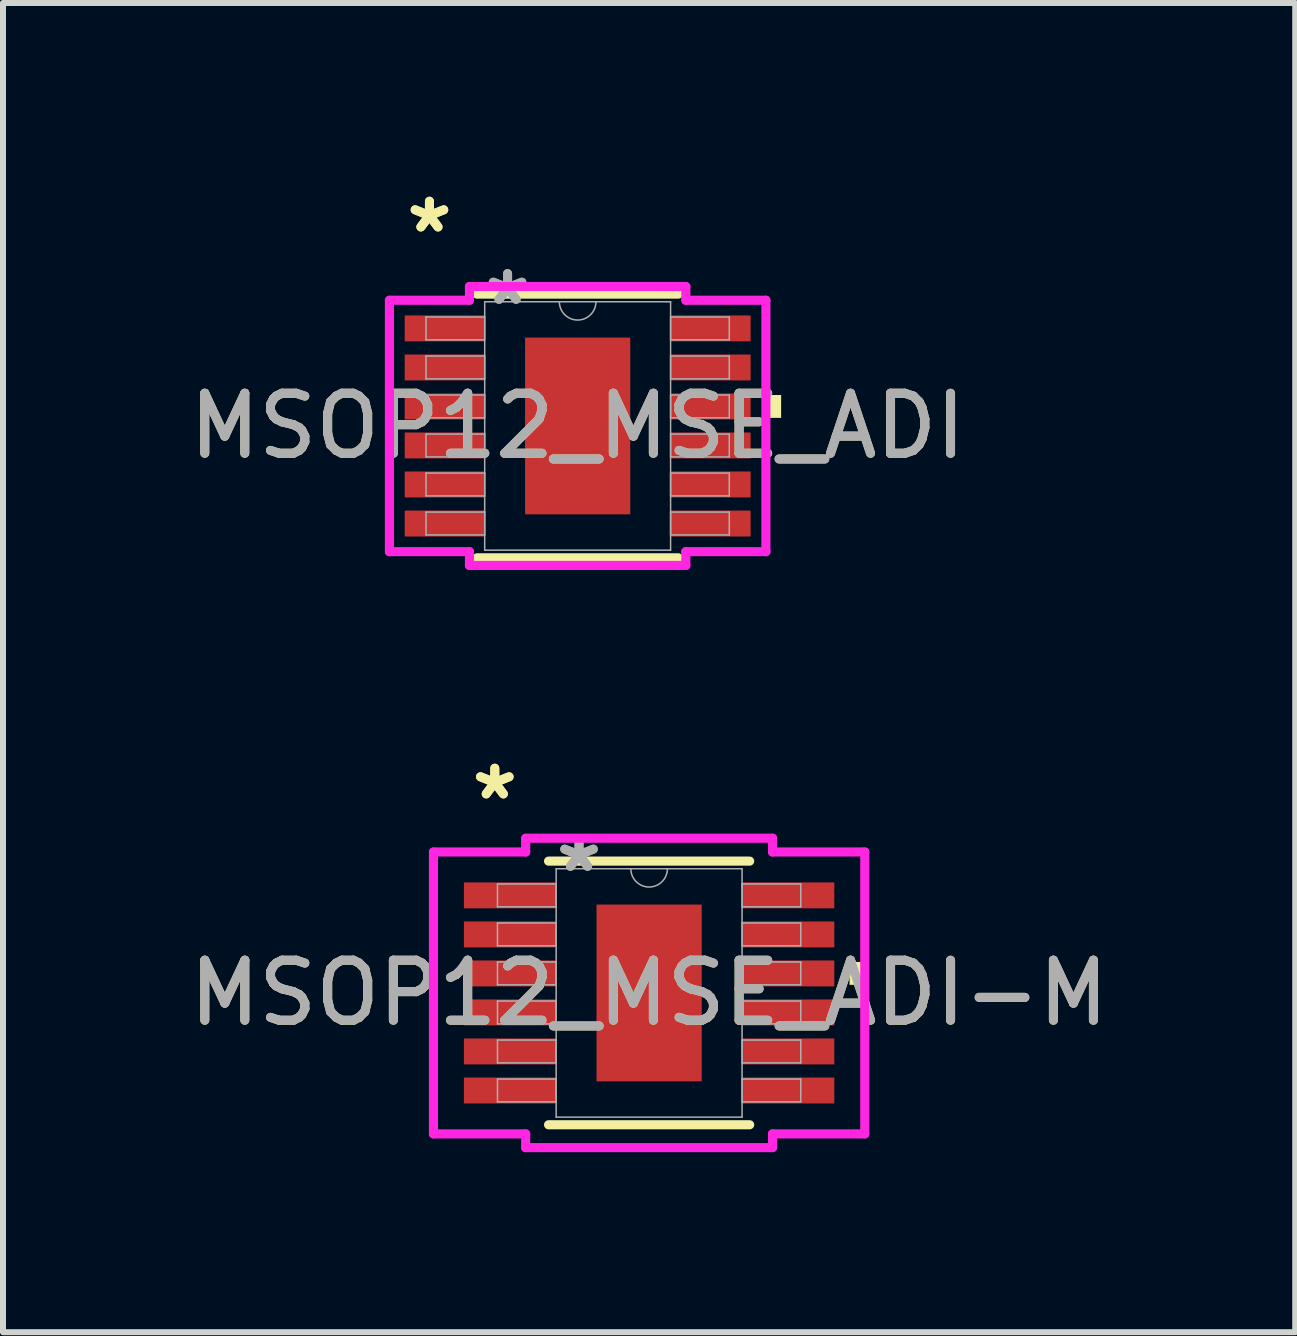
<source format=kicad_pcb>
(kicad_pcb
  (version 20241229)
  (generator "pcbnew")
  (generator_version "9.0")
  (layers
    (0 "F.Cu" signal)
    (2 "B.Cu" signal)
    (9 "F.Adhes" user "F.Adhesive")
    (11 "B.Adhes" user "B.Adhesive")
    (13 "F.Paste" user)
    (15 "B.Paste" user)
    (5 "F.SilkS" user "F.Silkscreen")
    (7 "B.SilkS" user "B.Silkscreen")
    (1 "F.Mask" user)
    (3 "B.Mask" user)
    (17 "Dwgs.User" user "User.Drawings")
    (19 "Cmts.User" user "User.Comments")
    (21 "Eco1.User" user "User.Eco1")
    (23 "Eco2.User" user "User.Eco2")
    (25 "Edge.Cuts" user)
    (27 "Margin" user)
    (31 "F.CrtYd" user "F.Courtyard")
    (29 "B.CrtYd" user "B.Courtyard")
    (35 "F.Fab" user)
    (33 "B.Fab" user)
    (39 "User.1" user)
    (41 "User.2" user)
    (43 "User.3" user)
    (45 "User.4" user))
  (footprint "MSOP12_MSE_ADI"
    (layer "F.Cu")
    (at 6.577 4.049)
    (property "Reference" "MSOP12_MSE_ADI" (at 0 0 0) (unlocked yes) (layer "F.SilkS") (effects (font (size 1 1) (thickness 0.15))))
    (attr smd)
    (fp_line (start -1.676 2.197) (end 1.676 2.197) (stroke (width 0.152) (type solid)) (layer "F.SilkS"))
    (fp_line (start 1.676 -2.197) (end -1.676 -2.197) (stroke (width 0.152) (type solid)) (layer "F.SilkS"))
    (fp_poly (pts (xy 3.391 -0.516) (xy 3.391 -0.135) (xy 3.137 -0.135) (xy 3.137 -0.516)) (stroke (width 0) (type solid)) (fill yes) (layer "F.SilkS"))
    (fp_poly (pts (xy -0.776 -1.373) (xy -0.776 -0.1) (xy 0.776 -0.1) (xy 0.776 -1.373)) (stroke (width 0) (type solid)) (fill yes) (layer "F.Paste"))
    (fp_poly (pts (xy -0.776 0.1) (xy -0.776 1.373) (xy 0.776 1.373) (xy 0.776 0.1)) (stroke (width 0) (type solid)) (fill yes) (layer "F.Paste"))
    (fp_line (start -3.137 -2.095) (end -1.803 -2.095) (stroke (width 0.152) (type solid)) (layer "F.CrtYd"))
    (fp_line (start -3.137 2.095) (end -3.137 -2.095) (stroke (width 0.152) (type solid)) (layer "F.CrtYd"))
    (fp_line (start -3.137 2.095) (end -1.803 2.095) (stroke (width 0.152) (type solid)) (layer "F.CrtYd"))
    (fp_line (start -1.803 -2.324) (end 1.803 -2.324) (stroke (width 0.152) (type solid)) (layer "F.CrtYd"))
    (fp_line (start -1.803 -2.095) (end -1.803 -2.324) (stroke (width 0.152) (type solid)) (layer "F.CrtYd"))
    (fp_line (start -1.803 2.324) (end -1.803 2.095) (stroke (width 0.152) (type solid)) (layer "F.CrtYd"))
    (fp_line (start 1.803 -2.324) (end 1.803 -2.095) (stroke (width 0.152) (type solid)) (layer "F.CrtYd"))
    (fp_line (start 1.803 2.095) (end 1.803 2.324) (stroke (width 0.152) (type solid)) (layer "F.CrtYd"))
    (fp_line (start 1.803 2.324) (end -1.803 2.324) (stroke (width 0.152) (type solid)) (layer "F.CrtYd"))
    (fp_line (start 3.137 -2.095) (end 1.803 -2.095) (stroke (width 0.152) (type solid)) (layer "F.CrtYd"))
    (fp_line (start 3.137 -2.095) (end 3.137 2.095) (stroke (width 0.152) (type solid)) (layer "F.CrtYd"))
    (fp_line (start 3.137 2.095) (end 1.803 2.095) (stroke (width 0.152) (type solid)) (layer "F.CrtYd"))
    (fp_line (start -2.527 -1.816) (end -2.527 -1.435) (stroke (width 0.025) (type solid)) (layer "F.Fab"))
    (fp_line (start -2.527 -1.435) (end -1.549 -1.435) (stroke (width 0.025) (type solid)) (layer "F.Fab"))
    (fp_line (start -2.527 -1.166) (end -2.527 -0.785) (stroke (width 0.025) (type solid)) (layer "F.Fab"))
    (fp_line (start -2.527 -0.785) (end -1.549 -0.785) (stroke (width 0.025) (type solid)) (layer "F.Fab"))
    (fp_line (start -2.527 -0.516) (end -2.527 -0.135) (stroke (width 0.025) (type solid)) (layer "F.Fab"))
    (fp_line (start -2.527 -0.135) (end -1.549 -0.135) (stroke (width 0.025) (type solid)) (layer "F.Fab"))
    (fp_line (start -2.527 0.135) (end -2.527 0.516) (stroke (width 0.025) (type solid)) (layer "F.Fab"))
    (fp_line (start -2.527 0.516) (end -1.549 0.516) (stroke (width 0.025) (type solid)) (layer "F.Fab"))
    (fp_line (start -2.527 0.785) (end -2.527 1.166) (stroke (width 0.025) (type solid)) (layer "F.Fab"))
    (fp_line (start -2.527 1.166) (end -1.549 1.166) (stroke (width 0.025) (type solid)) (layer "F.Fab"))
    (fp_line (start -2.527 1.435) (end -2.527 1.816) (stroke (width 0.025) (type solid)) (layer "F.Fab"))
    (fp_line (start -2.527 1.816) (end -1.549 1.816) (stroke (width 0.025) (type solid)) (layer "F.Fab"))
    (fp_line (start -1.549 -2.07) (end -1.549 2.07) (stroke (width 0.025) (type solid)) (layer "F.Fab"))
    (fp_line (start -1.549 -1.816) (end -2.527 -1.816) (stroke (width 0.025) (type solid)) (layer "F.Fab"))
    (fp_line (start -1.549 -1.435) (end -1.549 -1.816) (stroke (width 0.025) (type solid)) (layer "F.Fab"))
    (fp_line (start -1.549 -1.166) (end -2.527 -1.166) (stroke (width 0.025) (type solid)) (layer "F.Fab"))
    (fp_line (start -1.549 -0.785) (end -1.549 -1.166) (stroke (width 0.025) (type solid)) (layer "F.Fab"))
    (fp_line (start -1.549 -0.516) (end -2.527 -0.516) (stroke (width 0.025) (type solid)) (layer "F.Fab"))
    (fp_line (start -1.549 -0.135) (end -1.549 -0.516) (stroke (width 0.025) (type solid)) (layer "F.Fab"))
    (fp_line (start -1.549 0.135) (end -2.527 0.135) (stroke (width 0.025) (type solid)) (layer "F.Fab"))
    (fp_line (start -1.549 0.516) (end -1.549 0.135) (stroke (width 0.025) (type solid)) (layer "F.Fab"))
    (fp_line (start -1.549 0.785) (end -2.527 0.785) (stroke (width 0.025) (type solid)) (layer "F.Fab"))
    (fp_line (start -1.549 1.166) (end -1.549 0.785) (stroke (width 0.025) (type solid)) (layer "F.Fab"))
    (fp_line (start -1.549 1.435) (end -2.527 1.435) (stroke (width 0.025) (type solid)) (layer "F.Fab"))
    (fp_line (start -1.549 1.816) (end -1.549 1.435) (stroke (width 0.025) (type solid)) (layer "F.Fab"))
    (fp_line (start -1.549 2.07) (end 1.549 2.07) (stroke (width 0.025) (type solid)) (layer "F.Fab"))
    (fp_line (start 1.549 -2.07) (end -1.549 -2.07) (stroke (width 0.025) (type solid)) (layer "F.Fab"))
    (fp_line (start 1.549 -1.816) (end 1.549 -1.435) (stroke (width 0.025) (type solid)) (layer "F.Fab"))
    (fp_line (start 1.549 -1.435) (end 2.527 -1.435) (stroke (width 0.025) (type solid)) (layer "F.Fab"))
    (fp_line (start 1.549 -1.166) (end 1.549 -0.785) (stroke (width 0.025) (type solid)) (layer "F.Fab"))
    (fp_line (start 1.549 -0.785) (end 2.527 -0.785) (stroke (width 0.025) (type solid)) (layer "F.Fab"))
    (fp_line (start 1.549 -0.516) (end 1.549 -0.135) (stroke (width 0.025) (type solid)) (layer "F.Fab"))
    (fp_line (start 1.549 -0.135) (end 2.527 -0.135) (stroke (width 0.025) (type solid)) (layer "F.Fab"))
    (fp_line (start 1.549 0.135) (end 1.549 0.516) (stroke (width 0.025) (type solid)) (layer "F.Fab"))
    (fp_line (start 1.549 0.516) (end 2.527 0.516) (stroke (width 0.025) (type solid)) (layer "F.Fab"))
    (fp_line (start 1.549 0.785) (end 1.549 1.166) (stroke (width 0.025) (type solid)) (layer "F.Fab"))
    (fp_line (start 1.549 1.166) (end 2.527 1.166) (stroke (width 0.025) (type solid)) (layer "F.Fab"))
    (fp_line (start 1.549 1.435) (end 1.549 1.816) (stroke (width 0.025) (type solid)) (layer "F.Fab"))
    (fp_line (start 1.549 1.816) (end 2.527 1.816) (stroke (width 0.025) (type solid)) (layer "F.Fab"))
    (fp_line (start 1.549 2.07) (end 1.549 -2.07) (stroke (width 0.025) (type solid)) (layer "F.Fab"))
    (fp_line (start 2.527 -1.816) (end 1.549 -1.816) (stroke (width 0.025) (type solid)) (layer "F.Fab"))
    (fp_line (start 2.527 -1.435) (end 2.527 -1.816) (stroke (width 0.025) (type solid)) (layer "F.Fab"))
    (fp_line (start 2.527 -1.166) (end 1.549 -1.166) (stroke (width 0.025) (type solid)) (layer "F.Fab"))
    (fp_line (start 2.527 -0.785) (end 2.527 -1.166) (stroke (width 0.025) (type solid)) (layer "F.Fab"))
    (fp_line (start 2.527 -0.516) (end 1.549 -0.516) (stroke (width 0.025) (type solid)) (layer "F.Fab"))
    (fp_line (start 2.527 -0.135) (end 2.527 -0.516) (stroke (width 0.025) (type solid)) (layer "F.Fab"))
    (fp_line (start 2.527 0.135) (end 1.549 0.135) (stroke (width 0.025) (type solid)) (layer "F.Fab"))
    (fp_line (start 2.527 0.516) (end 2.527 0.135) (stroke (width 0.025) (type solid)) (layer "F.Fab"))
    (fp_line (start 2.527 0.785) (end 1.549 0.785) (stroke (width 0.025) (type solid)) (layer "F.Fab"))
    (fp_line (start 2.527 1.166) (end 2.527 0.785) (stroke (width 0.025) (type solid)) (layer "F.Fab"))
    (fp_line (start 2.527 1.435) (end 1.549 1.435) (stroke (width 0.025) (type solid)) (layer "F.Fab"))
    (fp_line (start 2.527 1.816) (end 2.527 1.435) (stroke (width 0.025) (type solid)) (layer "F.Fab"))
    (fp_arc (start 0.3048 -2.0701) (mid 0 -1.7653) (end -0.3048 -2.0701) (stroke (width 0.0254) (type solid)) (layer "F.Fab"))
    (fp_text user "*" (at -2.47 -3.2 0) (unlocked yes) (layer "F.SilkS") (effects (font (size 1 1) (thickness 0.15))))
    (fp_text user "*" (at -2.47 -3.2 0) (layer "F.SilkS") (effects (font (size 1 1) (thickness 0.15))))
    (fp_text user "*" (at -1.168 -1.994 0) (layer "F.Fab") (effects (font (size 1 1) (thickness 0.15))))
    (fp_text user "*" (at -1.168 -1.994 0) (unlocked yes) (layer "F.Fab") (effects (font (size 1 1) (thickness 0.15))))
    (fp_text user "${REFERENCE}" (at 0 0 0) (unlocked yes) (layer "F.Fab") (effects (font (size 1 1) (thickness 0.15))))
    (pad "1" smd rect (at -2.216 -1.626) (size 1.333 0.432) (layers "F.Cu" "F.Mask" "F.Paste"))
    (pad "2" smd rect (at -2.216 -0.975) (size 1.333 0.432) (layers "F.Cu" "F.Mask" "F.Paste"))
    (pad "3" smd rect (at -2.216 -0.325) (size 1.333 0.432) (layers "F.Cu" "F.Mask" "F.Paste"))
    (pad "4" smd rect (at -2.216 0.325) (size 1.333 0.432) (layers "F.Cu" "F.Mask" "F.Paste"))
    (pad "5" smd rect (at -2.216 0.975) (size 1.333 0.432) (layers "F.Cu" "F.Mask" "F.Paste"))
    (pad "6" smd rect (at -2.216 1.626) (size 1.333 0.432) (layers "F.Cu" "F.Mask" "F.Paste"))
    (pad "7" smd rect (at 2.216 1.626) (size 1.333 0.432) (layers "F.Cu" "F.Mask" "F.Paste"))
    (pad "8" smd rect (at 2.216 0.975) (size 1.333 0.432) (layers "F.Cu" "F.Mask" "F.Paste"))
    (pad "9" smd rect (at 2.216 0.325) (size 1.333 0.432) (layers "F.Cu" "F.Mask" "F.Paste"))
    (pad "10" smd rect (at 2.216 -0.325) (size 1.333 0.432) (layers "F.Cu" "F.Mask" "F.Paste"))
    (pad "11" smd rect (at 2.216 -0.975) (size 1.333 0.432) (layers "F.Cu" "F.Mask" "F.Paste"))
    (pad "12" smd rect (at 2.216 -1.626) (size 1.333 0.432) (layers "F.Cu" "F.Mask" "F.Paste"))
    (pad "EPAD" smd rect (at 0 0) (size 1.753 2.946) (layers "F.Cu" "F.Mask")))
  (footprint "MSOP12_MSE_ADI-M"
    (layer "F.Cu")
    (at 7.768 13.498)
    (property "Reference" "MSOP12_MSE_ADI-M" (at 0 0 0) (unlocked yes) (layer "F.SilkS") (effects (font (size 1 1) (thickness 0.15))))
    (attr smd)
    (fp_line (start -1.676 2.197) (end 1.676 2.197) (stroke (width 0.152) (type solid)) (layer "F.SilkS"))
    (fp_line (start 1.676 -2.197) (end -1.676 -2.197) (stroke (width 0.152) (type solid)) (layer "F.SilkS"))
    (fp_poly (pts (xy 3.594 -0.516) (xy 3.594 -0.135) (xy 3.34 -0.135) (xy 3.34 -0.516)) (stroke (width 0) (type solid)) (fill yes) (layer "F.SilkS"))
    (fp_poly (pts (xy -0.776 -1.373) (xy -0.776 -0.1) (xy 0.776 -0.1) (xy 0.776 -1.373)) (stroke (width 0) (type solid)) (fill yes) (layer "F.Paste"))
    (fp_poly (pts (xy -0.776 0.1) (xy -0.776 1.373) (xy 0.776 1.373) (xy 0.776 0.1)) (stroke (width 0) (type solid)) (fill yes) (layer "F.Paste"))
    (fp_line (start -3.594 -2.349) (end -2.057 -2.349) (stroke (width 0.152) (type solid)) (layer "F.CrtYd"))
    (fp_line (start -3.594 2.349) (end -3.594 -2.349) (stroke (width 0.152) (type solid)) (layer "F.CrtYd"))
    (fp_line (start -3.594 2.349) (end -2.057 2.349) (stroke (width 0.152) (type solid)) (layer "F.CrtYd"))
    (fp_line (start -2.057 -2.578) (end 2.057 -2.578) (stroke (width 0.152) (type solid)) (layer "F.CrtYd"))
    (fp_line (start -2.057 -2.349) (end -2.057 -2.578) (stroke (width 0.152) (type solid)) (layer "F.CrtYd"))
    (fp_line (start -2.057 2.578) (end -2.057 2.349) (stroke (width 0.152) (type solid)) (layer "F.CrtYd"))
    (fp_line (start 2.057 -2.578) (end 2.057 -2.349) (stroke (width 0.152) (type solid)) (layer "F.CrtYd"))
    (fp_line (start 2.057 2.349) (end 2.057 2.578) (stroke (width 0.152) (type solid)) (layer "F.CrtYd"))
    (fp_line (start 2.057 2.578) (end -2.057 2.578) (stroke (width 0.152) (type solid)) (layer "F.CrtYd"))
    (fp_line (start 3.594 -2.349) (end 2.057 -2.349) (stroke (width 0.152) (type solid)) (layer "F.CrtYd"))
    (fp_line (start 3.594 -2.349) (end 3.594 2.349) (stroke (width 0.152) (type solid)) (layer "F.CrtYd"))
    (fp_line (start 3.594 2.349) (end 2.057 2.349) (stroke (width 0.152) (type solid)) (layer "F.CrtYd"))
    (fp_line (start -2.527 -1.816) (end -2.527 -1.435) (stroke (width 0.025) (type solid)) (layer "F.Fab"))
    (fp_line (start -2.527 -1.435) (end -1.549 -1.435) (stroke (width 0.025) (type solid)) (layer "F.Fab"))
    (fp_line (start -2.527 -1.166) (end -2.527 -0.785) (stroke (width 0.025) (type solid)) (layer "F.Fab"))
    (fp_line (start -2.527 -0.785) (end -1.549 -0.785) (stroke (width 0.025) (type solid)) (layer "F.Fab"))
    (fp_line (start -2.527 -0.516) (end -2.527 -0.135) (stroke (width 0.025) (type solid)) (layer "F.Fab"))
    (fp_line (start -2.527 -0.135) (end -1.549 -0.135) (stroke (width 0.025) (type solid)) (layer "F.Fab"))
    (fp_line (start -2.527 0.135) (end -2.527 0.516) (stroke (width 0.025) (type solid)) (layer "F.Fab"))
    (fp_line (start -2.527 0.516) (end -1.549 0.516) (stroke (width 0.025) (type solid)) (layer "F.Fab"))
    (fp_line (start -2.527 0.785) (end -2.527 1.166) (stroke (width 0.025) (type solid)) (layer "F.Fab"))
    (fp_line (start -2.527 1.166) (end -1.549 1.166) (stroke (width 0.025) (type solid)) (layer "F.Fab"))
    (fp_line (start -2.527 1.435) (end -2.527 1.816) (stroke (width 0.025) (type solid)) (layer "F.Fab"))
    (fp_line (start -2.527 1.816) (end -1.549 1.816) (stroke (width 0.025) (type solid)) (layer "F.Fab"))
    (fp_line (start -1.549 -2.07) (end -1.549 2.07) (stroke (width 0.025) (type solid)) (layer "F.Fab"))
    (fp_line (start -1.549 -1.816) (end -2.527 -1.816) (stroke (width 0.025) (type solid)) (layer "F.Fab"))
    (fp_line (start -1.549 -1.435) (end -1.549 -1.816) (stroke (width 0.025) (type solid)) (layer "F.Fab"))
    (fp_line (start -1.549 -1.166) (end -2.527 -1.166) (stroke (width 0.025) (type solid)) (layer "F.Fab"))
    (fp_line (start -1.549 -0.785) (end -1.549 -1.166) (stroke (width 0.025) (type solid)) (layer "F.Fab"))
    (fp_line (start -1.549 -0.516) (end -2.527 -0.516) (stroke (width 0.025) (type solid)) (layer "F.Fab"))
    (fp_line (start -1.549 -0.135) (end -1.549 -0.516) (stroke (width 0.025) (type solid)) (layer "F.Fab"))
    (fp_line (start -1.549 0.135) (end -2.527 0.135) (stroke (width 0.025) (type solid)) (layer "F.Fab"))
    (fp_line (start -1.549 0.516) (end -1.549 0.135) (stroke (width 0.025) (type solid)) (layer "F.Fab"))
    (fp_line (start -1.549 0.785) (end -2.527 0.785) (stroke (width 0.025) (type solid)) (layer "F.Fab"))
    (fp_line (start -1.549 1.166) (end -1.549 0.785) (stroke (width 0.025) (type solid)) (layer "F.Fab"))
    (fp_line (start -1.549 1.435) (end -2.527 1.435) (stroke (width 0.025) (type solid)) (layer "F.Fab"))
    (fp_line (start -1.549 1.816) (end -1.549 1.435) (stroke (width 0.025) (type solid)) (layer "F.Fab"))
    (fp_line (start -1.549 2.07) (end 1.549 2.07) (stroke (width 0.025) (type solid)) (layer "F.Fab"))
    (fp_line (start 1.549 -2.07) (end -1.549 -2.07) (stroke (width 0.025) (type solid)) (layer "F.Fab"))
    (fp_line (start 1.549 -1.816) (end 1.549 -1.435) (stroke (width 0.025) (type solid)) (layer "F.Fab"))
    (fp_line (start 1.549 -1.435) (end 2.527 -1.435) (stroke (width 0.025) (type solid)) (layer "F.Fab"))
    (fp_line (start 1.549 -1.166) (end 1.549 -0.785) (stroke (width 0.025) (type solid)) (layer "F.Fab"))
    (fp_line (start 1.549 -0.785) (end 2.527 -0.785) (stroke (width 0.025) (type solid)) (layer "F.Fab"))
    (fp_line (start 1.549 -0.516) (end 1.549 -0.135) (stroke (width 0.025) (type solid)) (layer "F.Fab"))
    (fp_line (start 1.549 -0.135) (end 2.527 -0.135) (stroke (width 0.025) (type solid)) (layer "F.Fab"))
    (fp_line (start 1.549 0.135) (end 1.549 0.516) (stroke (width 0.025) (type solid)) (layer "F.Fab"))
    (fp_line (start 1.549 0.516) (end 2.527 0.516) (stroke (width 0.025) (type solid)) (layer "F.Fab"))
    (fp_line (start 1.549 0.785) (end 1.549 1.166) (stroke (width 0.025) (type solid)) (layer "F.Fab"))
    (fp_line (start 1.549 1.166) (end 2.527 1.166) (stroke (width 0.025) (type solid)) (layer "F.Fab"))
    (fp_line (start 1.549 1.435) (end 1.549 1.816) (stroke (width 0.025) (type solid)) (layer "F.Fab"))
    (fp_line (start 1.549 1.816) (end 2.527 1.816) (stroke (width 0.025) (type solid)) (layer "F.Fab"))
    (fp_line (start 1.549 2.07) (end 1.549 -2.07) (stroke (width 0.025) (type solid)) (layer "F.Fab"))
    (fp_line (start 2.527 -1.816) (end 1.549 -1.816) (stroke (width 0.025) (type solid)) (layer "F.Fab"))
    (fp_line (start 2.527 -1.435) (end 2.527 -1.816) (stroke (width 0.025) (type solid)) (layer "F.Fab"))
    (fp_line (start 2.527 -1.166) (end 1.549 -1.166) (stroke (width 0.025) (type solid)) (layer "F.Fab"))
    (fp_line (start 2.527 -0.785) (end 2.527 -1.166) (stroke (width 0.025) (type solid)) (layer "F.Fab"))
    (fp_line (start 2.527 -0.516) (end 1.549 -0.516) (stroke (width 0.025) (type solid)) (layer "F.Fab"))
    (fp_line (start 2.527 -0.135) (end 2.527 -0.516) (stroke (width 0.025) (type solid)) (layer "F.Fab"))
    (fp_line (start 2.527 0.135) (end 1.549 0.135) (stroke (width 0.025) (type solid)) (layer "F.Fab"))
    (fp_line (start 2.527 0.516) (end 2.527 0.135) (stroke (width 0.025) (type solid)) (layer "F.Fab"))
    (fp_line (start 2.527 0.785) (end 1.549 0.785) (stroke (width 0.025) (type solid)) (layer "F.Fab"))
    (fp_line (start 2.527 1.166) (end 2.527 0.785) (stroke (width 0.025) (type solid)) (layer "F.Fab"))
    (fp_line (start 2.527 1.435) (end 1.549 1.435) (stroke (width 0.025) (type solid)) (layer "F.Fab"))
    (fp_line (start 2.527 1.816) (end 2.527 1.435) (stroke (width 0.025) (type solid)) (layer "F.Fab"))
    (fp_arc (start 0.3048 -2.0701) (mid 0 -1.7653) (end -0.3048 -2.0701) (stroke (width 0.0254) (type solid)) (layer "F.Fab"))
    (fp_text user "*" (at -2.572 -3.2 0) (unlocked yes) (layer "F.SilkS") (effects (font (size 1 1) (thickness 0.15))))
    (fp_text user "*" (at -2.572 -3.2 0) (layer "F.SilkS") (effects (font (size 1 1) (thickness 0.15))))
    (fp_text user "*" (at -1.168 -1.994 0) (unlocked yes) (layer "F.Fab") (effects (font (size 1 1) (thickness 0.15))))
    (fp_text user "${REFERENCE}" (at 0 0 0) (unlocked yes) (layer "F.Fab") (effects (font (size 1 1) (thickness 0.15))))
    (fp_text user "*" (at -1.168 -1.994 0) (layer "F.Fab") (effects (font (size 1 1) (thickness 0.15))))
    (pad "1" smd rect (at -2.318 -1.626) (size 1.537 0.432) (layers "F.Cu" "F.Mask" "F.Paste"))
    (pad "2" smd rect (at -2.318 -0.975) (size 1.537 0.432) (layers "F.Cu" "F.Mask" "F.Paste"))
    (pad "3" smd rect (at -2.318 -0.325) (size 1.537 0.432) (layers "F.Cu" "F.Mask" "F.Paste"))
    (pad "4" smd rect (at -2.318 0.325) (size 1.537 0.432) (layers "F.Cu" "F.Mask" "F.Paste"))
    (pad "5" smd rect (at -2.318 0.975) (size 1.537 0.432) (layers "F.Cu" "F.Mask" "F.Paste"))
    (pad "6" smd rect (at -2.318 1.626) (size 1.537 0.432) (layers "F.Cu" "F.Mask" "F.Paste"))
    (pad "7" smd rect (at 2.318 1.626) (size 1.537 0.432) (layers "F.Cu" "F.Mask" "F.Paste"))
    (pad "8" smd rect (at 2.318 0.975) (size 1.537 0.432) (layers "F.Cu" "F.Mask" "F.Paste"))
    (pad "9" smd rect (at 2.318 0.325) (size 1.537 0.432) (layers "F.Cu" "F.Mask" "F.Paste"))
    (pad "10" smd rect (at 2.318 -0.325) (size 1.537 0.432) (layers "F.Cu" "F.Mask" "F.Paste"))
    (pad "11" smd rect (at 2.318 -0.975) (size 1.537 0.432) (layers "F.Cu" "F.Mask" "F.Paste"))
    (pad "12" smd rect (at 2.318 -1.626) (size 1.537 0.432) (layers "F.Cu" "F.Mask" "F.Paste"))
    (pad "EPAD" smd rect (at 0 0) (size 1.753 2.946) (layers "F.Cu" "F.Mask")))
  (gr_rect
    (start -3 -3)
    (end 18.536 19.152)
    (stroke (width 0.1) (type default))
    (fill no)
    (layer "Edge.Cuts")))
</source>
